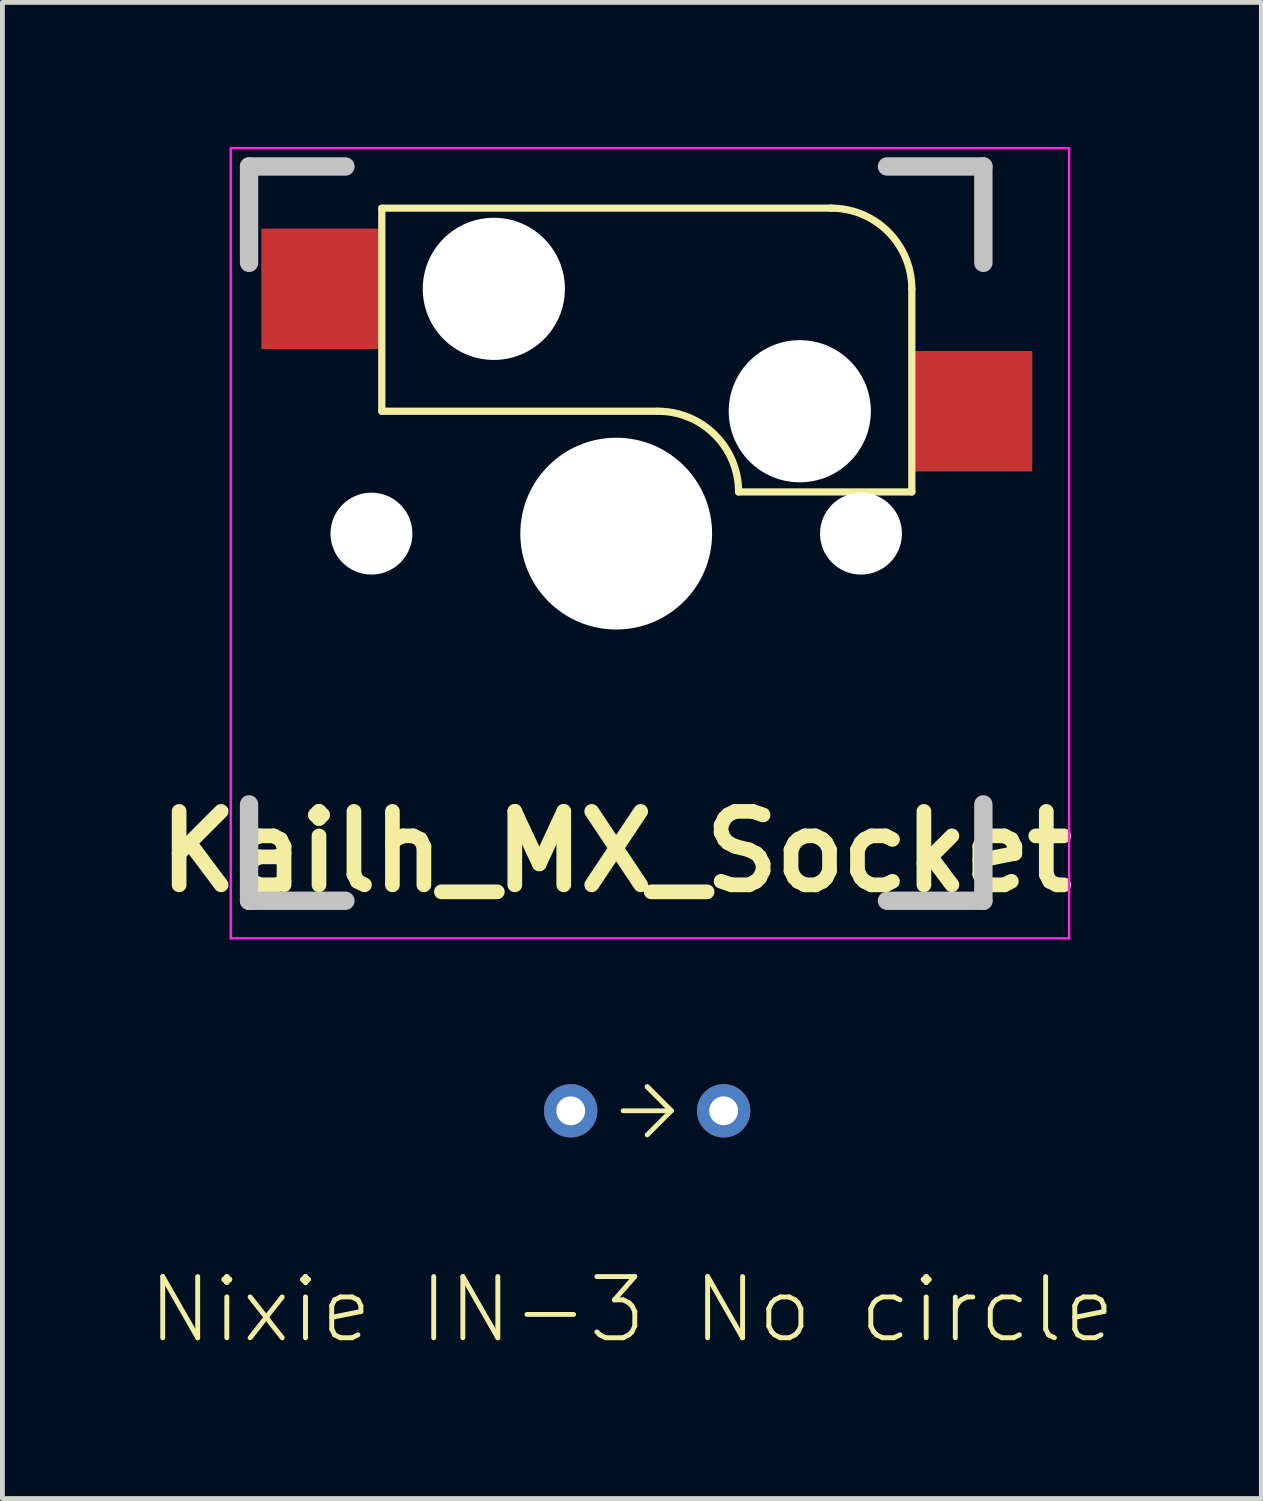
<source format=kicad_pcb>
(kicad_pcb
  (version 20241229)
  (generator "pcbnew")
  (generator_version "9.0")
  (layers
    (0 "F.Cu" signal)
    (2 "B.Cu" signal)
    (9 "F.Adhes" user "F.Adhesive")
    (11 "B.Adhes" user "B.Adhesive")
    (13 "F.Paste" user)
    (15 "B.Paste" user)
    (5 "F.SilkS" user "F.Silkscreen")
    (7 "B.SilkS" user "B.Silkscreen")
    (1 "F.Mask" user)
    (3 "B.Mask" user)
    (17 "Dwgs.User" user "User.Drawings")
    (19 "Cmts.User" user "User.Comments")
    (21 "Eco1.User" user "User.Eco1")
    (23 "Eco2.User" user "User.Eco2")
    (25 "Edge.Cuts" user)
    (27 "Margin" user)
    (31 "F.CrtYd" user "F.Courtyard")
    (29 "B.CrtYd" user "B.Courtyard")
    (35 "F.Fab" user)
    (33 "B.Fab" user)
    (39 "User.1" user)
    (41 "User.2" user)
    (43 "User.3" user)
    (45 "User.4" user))
  (footprint "Kailh_MX_Socket"
    (layer "F.Cu")
    (at 9.739 8.025)
    (property "Reference" "Kailh_MX_Socket" (at 0 6.6 0) (layer "F.SilkS") (effects (font (size 1.524 1.524) (thickness 0.305))))
    (attr through_hole)
    (fp_line (start -4.865 -6.75) (end -4.865 -2.54) (stroke (width 0.15) (type solid)) (layer "F.SilkS"))
    (fp_line (start 0.865 -2.54) (end -4.865 -2.54) (stroke (width 0.15) (type solid)) (layer "F.SilkS"))
    (fp_line (start 4.46 -6.755) (end -4.865 -6.755) (stroke (width 0.15) (type solid)) (layer "F.SilkS"))
    (fp_line (start 6.135 -5.08) (end 6.135 -0.865) (stroke (width 0.15) (type solid)) (layer "F.SilkS"))
    (fp_line (start 6.135 -0.865) (end 2.54 -0.865) (stroke (width 0.15) (type solid)) (layer "F.SilkS"))
    (fp_arc (start 0.865 -2.54) (mid 2.049404 -2.049404) (end 2.54 -0.865) (stroke (width 0.15) (type solid)) (layer "F.SilkS"))
    (fp_arc (start 4.46 -6.755) (mid 5.644404 -6.264404) (end 6.135 -5.08) (stroke (width 0.15) (type solid)) (layer "F.SilkS"))
    (fp_line (start -7.62 -7.62) (end -5.62 -7.62) (stroke (width 0.381) (type solid)) (layer "Dwgs.User"))
    (fp_line (start -7.62 -5.62) (end -7.62 -7.62) (stroke (width 0.381) (type solid)) (layer "Dwgs.User"))
    (fp_line (start -7.62 5.62) (end -7.62 7.62) (stroke (width 0.381) (type solid)) (layer "Dwgs.User"))
    (fp_line (start -7.62 7.62) (end -5.62 7.62) (stroke (width 0.381) (type solid)) (layer "Dwgs.User"))
    (fp_line (start 5.62 -7.62) (end 7.62 -7.62) (stroke (width 0.381) (type solid)) (layer "Dwgs.User"))
    (fp_line (start 5.62 7.62) (end 7.62 7.62) (stroke (width 0.381) (type solid)) (layer "Dwgs.User"))
    (fp_line (start 7.62 -7.62) (end 7.62 -5.62) (stroke (width 0.381) (type solid)) (layer "Dwgs.User"))
    (fp_line (start 7.62 5.62) (end 7.62 7.62) (stroke (width 0.381) (type solid)) (layer "Dwgs.User"))
    (fp_line (start -8 -8) (end 9.4 -8) (stroke (width 0.05) (type default)) (layer "F.CrtYd"))
    (fp_line (start -8 8.4) (end -8 -8) (stroke (width 0.05) (type default)) (layer "F.CrtYd"))
    (fp_line (start 9.4 -8) (end 9.4 8.4) (stroke (width 0.05) (type default)) (layer "F.CrtYd"))
    (fp_line (start 9.4 8.4) (end -8 8.4) (stroke (width 0.05) (type default)) (layer "F.CrtYd"))
    (pad "" np_thru_hole circle (at -5.08 0) (size 1.7 1.7) (drill 1.7) (layers "*.Cu" "*.Mask"))
    (pad "" np_thru_hole circle (at -2.54 -5.08) (size 2.95 2.95) (drill 2.95) (layers "*.Cu" "*.Mask"))
    (pad "" np_thru_hole circle (at 0 0) (size 3.98 3.98) (drill 3.98) (layers "*.Cu" "*.Mask"))
    (pad "" np_thru_hole circle (at 3.81 -2.54) (size 2.95 2.95) (drill 2.95) (layers "*.Cu" "*.Mask"))
    (pad "" np_thru_hole circle (at 5.08 0) (size 1.7 1.7) (drill 1.7) (layers "*.Cu" "*.Mask"))
    (pad "1" smd rect (at 7.36 -2.54) (size 2.55 2.5) (layers "F.Cu" "F.Mask" "F.Paste"))
    (pad "2" smd rect (at -6.09 -5.08) (size 2.55 2.5) (layers "F.Cu" "F.Mask" "F.Paste")))
  (footprint "Nixie IN-3 No circle"
    (layer "F.Cu")
    (at 10.382 20.004)
    (property "Reference" "Nixie IN-3 No circle" (at -0.318 4.128 0) (unlocked yes) (layer "F.SilkS") (effects (font (size 1.27 1.27) (thickness 0.102))))
    (attr exclude_from_pos_files exclude_from_bom)
    (fp_line (start -0.5 0) (end 0.5 0) (stroke (width 0.1) (type default)) (layer "F.SilkS"))
    (fp_line (start 0 -0.5) (end 0.5 0) (stroke (width 0.1) (type default)) (layer "F.SilkS"))
    (fp_line (start 0.5 0) (end 0 -0.5) (stroke (width 0.1) (type default)) (layer "F.SilkS"))
    (fp_line (start 0.5 0) (end 0 0.5) (stroke (width 0.1) (type default)) (layer "F.SilkS"))
    (pad "A" thru_hole circle (at -1.587 0) (size 1.107 1.107) (drill 0.599) (layers "*.Cu" "*.Mask"))
    (pad "K" thru_hole circle (at 1.587 0) (size 1.107 1.107) (drill 0.599) (layers "*.Cu" "*.Mask")))
  (gr_rect
    (start -3 -3)
    (end 23.129 28.052)
    (stroke (width 0.1) (type default))
    (fill no)
    (layer "Edge.Cuts")))
</source>
